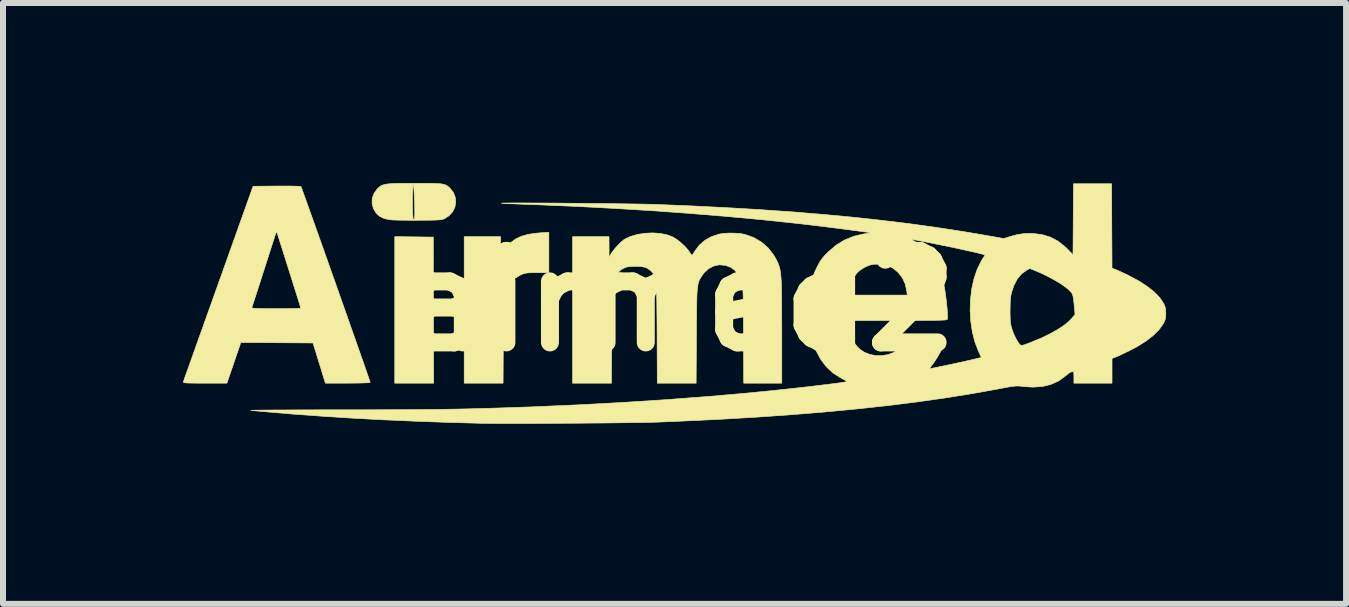
<source format=kicad_pcb>
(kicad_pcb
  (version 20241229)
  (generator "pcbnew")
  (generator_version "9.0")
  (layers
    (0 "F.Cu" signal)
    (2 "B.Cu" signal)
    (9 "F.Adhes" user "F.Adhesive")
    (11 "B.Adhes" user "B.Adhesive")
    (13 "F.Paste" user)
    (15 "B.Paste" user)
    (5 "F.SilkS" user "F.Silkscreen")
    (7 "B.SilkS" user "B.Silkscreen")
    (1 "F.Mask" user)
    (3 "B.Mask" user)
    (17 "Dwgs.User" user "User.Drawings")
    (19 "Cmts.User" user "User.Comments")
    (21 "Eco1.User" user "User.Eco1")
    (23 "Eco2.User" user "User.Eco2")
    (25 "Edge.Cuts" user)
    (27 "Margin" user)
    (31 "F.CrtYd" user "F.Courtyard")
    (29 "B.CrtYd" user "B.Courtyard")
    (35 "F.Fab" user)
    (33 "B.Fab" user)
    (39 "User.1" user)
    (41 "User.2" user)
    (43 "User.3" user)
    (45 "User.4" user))
  (footprint "airmed2"
    (layer "F.Cu")
    (at 8.255 1.966)
    (property "Reference" "airmed2" (at 0 0 0) (layer "F.SilkS") (effects (font (size 1.524 1.524) (thickness 0.3))))
    (attr through_hole)
    (fp_poly (pts (xy -4.406 -1.069) (xy -4.085 -1.065) (xy -4.082 0.152) (xy -4.078 1.369) (xy -4.727 1.369) (xy -4.727 -1.073) (xy -4.406 -1.069)) (stroke (width 0.01) (type solid)) (fill yes) (layer "F.SilkS"))
    (fp_poly (pts (xy -2.159 -0.809) (xy -2.159 -0.473) (xy -2.353 -0.472) (xy -2.432 -0.472) (xy -2.49 -0.47) (xy -2.532 -0.466) (xy -2.566 -0.459) (xy -2.599 -0.448) (xy -2.635 -0.432) (xy -2.732 -0.373) (xy -2.812 -0.293) (xy -2.871 -0.197) (xy -2.88 -0.176) (xy -2.914 -0.092) (xy -2.918 0.639) (xy -2.922 1.369) (xy -3.57 1.369) (xy -3.57 -1.072) (xy -2.963 -1.072) (xy -2.963 -0.801) (xy -2.873 -0.899) (xy -2.792 -0.976) (xy -2.708 -1.036) (xy -2.615 -1.08) (xy -2.508 -1.11) (xy -2.382 -1.129) (xy -2.304 -1.136) (xy -2.159 -1.145) (xy -2.159 -0.809)) (stroke (width 0.01) (type solid)) (fill yes) (layer "F.SilkS"))
    (fp_poly (pts (xy -4.258 -1.961) (xy -4.152 -1.961) (xy -4.068 -1.959) (xy -4.001 -1.956) (xy -3.951 -1.952) (xy -3.912 -1.945) (xy -3.882 -1.935) (xy -3.857 -1.922) (xy -3.834 -1.905) (xy -3.811 -1.884) (xy -3.805 -1.879) (xy -3.749 -1.808) (xy -3.718 -1.726) (xy -3.711 -1.658) (xy -3.724 -1.566) (xy -3.763 -1.486) (xy -3.826 -1.419) (xy -3.895 -1.374) (xy -3.912 -1.366) (xy -3.932 -1.36) (xy -3.96 -1.355) (xy -3.998 -1.352) (xy -4.05 -1.349) (xy -4.12 -1.347) (xy -4.211 -1.346) (xy -4.326 -1.346) (xy -4.332 -1.345) (xy -4.439 -1.345) (xy -4.541 -1.346) (xy -4.633 -1.347) (xy -4.712 -1.349) (xy -4.771 -1.351) (xy -4.805 -1.354) (xy -4.904 -1.375) (xy -4.981 -1.413) (xy -5.036 -1.463) (xy -5.083 -1.541) (xy -5.105 -1.625) (xy -5.104 -1.651) (xy -4.431 -1.651) (xy -4.43 -1.54) (xy -4.428 -1.456) (xy -4.424 -1.398) (xy -4.419 -1.364) (xy -4.412 -1.354) (xy -4.402 -1.365) (xy -4.398 -1.375) (xy -4.395 -1.396) (xy -4.394 -1.439) (xy -4.394 -1.498) (xy -4.396 -1.568) (xy -4.398 -1.645) (xy -4.401 -1.722) (xy -4.404 -1.796) (xy -4.408 -1.86) (xy -4.412 -1.91) (xy -4.416 -1.94) (xy -4.419 -1.947) (xy -4.423 -1.934) (xy -4.426 -1.896) (xy -4.428 -1.839) (xy -4.43 -1.766) (xy -4.431 -1.68) (xy -4.431 -1.651) (xy -5.104 -1.651) (xy -5.102 -1.711) (xy -5.073 -1.793) (xy -5.02 -1.867) (xy -5.017 -1.87) (xy -4.992 -1.893) (xy -4.968 -1.913) (xy -4.941 -1.928) (xy -4.908 -1.939) (xy -4.866 -1.948) (xy -4.812 -1.954) (xy -4.743 -1.958) (xy -4.655 -1.96) (xy -4.546 -1.961) (xy -4.413 -1.961) (xy -4.39 -1.961) (xy -4.258 -1.961)) (stroke (width 0.01) (type solid)) (fill yes) (layer "F.SilkS"))
    (fp_poly (pts (xy -0.303 -1.126) (xy -0.187 -1.103) (xy -0.099 -1.07) (xy -0.034 -1.031) (xy 0.037 -0.976) (xy 0.105 -0.913) (xy 0.162 -0.849) (xy 0.192 -0.806) (xy 0.211 -0.777) (xy 0.224 -0.763) (xy 0.225 -0.762) (xy 0.236 -0.774) (xy 0.256 -0.803) (xy 0.275 -0.834) (xy 0.348 -0.931) (xy 0.442 -1.012) (xy 0.554 -1.074) (xy 0.677 -1.115) (xy 0.756 -1.127) (xy 0.851 -1.132) (xy 0.951 -1.13) (xy 1.045 -1.122) (xy 1.115 -1.108) (xy 1.255 -1.057) (xy 1.382 -0.983) (xy 1.492 -0.888) (xy 1.582 -0.774) (xy 1.621 -0.708) (xy 1.64 -0.67) (xy 1.657 -0.635) (xy 1.671 -0.6) (xy 1.683 -0.563) (xy 1.693 -0.522) (xy 1.701 -0.474) (xy 1.707 -0.418) (xy 1.712 -0.35) (xy 1.716 -0.269) (xy 1.718 -0.171) (xy 1.72 -0.056) (xy 1.721 0.08) (xy 1.721 0.239) (xy 1.722 0.422) (xy 1.722 0.493) (xy 1.722 1.369) (xy 1.088 1.369) (xy 1.084 0.554) (xy 1.083 0.382) (xy 1.082 0.235) (xy 1.081 0.113) (xy 1.08 0.011) (xy 1.079 -0.072) (xy 1.077 -0.138) (xy 1.075 -0.19) (xy 1.072 -0.231) (xy 1.069 -0.262) (xy 1.065 -0.286) (xy 1.06 -0.305) (xy 1.055 -0.322) (xy 1.048 -0.339) (xy 1.048 -0.339) (xy 0.999 -0.438) (xy 0.94 -0.512) (xy 0.869 -0.563) (xy 0.784 -0.594) (xy 0.781 -0.594) (xy 0.683 -0.603) (xy 0.59 -0.584) (xy 0.504 -0.54) (xy 0.43 -0.473) (xy 0.397 -0.429) (xy 0.378 -0.4) (xy 0.362 -0.374) (xy 0.348 -0.348) (xy 0.337 -0.32) (xy 0.328 -0.286) (xy 0.321 -0.246) (xy 0.315 -0.196) (xy 0.31 -0.134) (xy 0.307 -0.058) (xy 0.305 0.035) (xy 0.303 0.147) (xy 0.302 0.281) (xy 0.3 0.438) (xy 0.3 0.575) (xy 0.295 1.369) (xy -0.352 1.369) (xy -0.356 0.519) (xy -0.357 0.331) (xy -0.359 0.17) (xy -0.36 0.034) (xy -0.362 -0.08) (xy -0.364 -0.173) (xy -0.366 -0.247) (xy -0.369 -0.304) (xy -0.372 -0.345) (xy -0.376 -0.373) (xy -0.38 -0.388) (xy -0.411 -0.448) (xy -0.46 -0.504) (xy -0.518 -0.546) (xy -0.558 -0.563) (xy -0.615 -0.573) (xy -0.687 -0.578) (xy -0.764 -0.577) (xy -0.833 -0.571) (xy -0.877 -0.562) (xy -0.952 -0.526) (xy -1.016 -0.467) (xy -1.066 -0.391) (xy -1.075 -0.37) (xy -1.108 -0.289) (xy -1.116 1.369) (xy -1.764 1.369) (xy -1.764 -1.072) (xy -1.157 -1.072) (xy -1.156 -0.9) (xy -1.156 -0.727) (xy -1.128 -0.779) (xy -1.099 -0.823) (xy -1.055 -0.878) (xy -1.004 -0.934) (xy -0.953 -0.985) (xy -0.908 -1.022) (xy -0.896 -1.03) (xy -0.8 -1.076) (xy -0.685 -1.109) (xy -0.559 -1.129) (xy -0.429 -1.135) (xy -0.303 -1.126)) (stroke (width 0.01) (type solid)) (fill yes) (layer "F.SilkS"))
    (fp_poly (pts (xy -6.499 -1.916) (xy -6.418 -1.915) (xy -6.354 -1.913) (xy -6.311 -1.911) (xy -6.291 -1.908) (xy -6.291 -1.908) (xy -6.285 -1.894) (xy -6.27 -1.855) (xy -6.248 -1.793) (xy -6.218 -1.711) (xy -6.182 -1.61) (xy -6.14 -1.492) (xy -6.092 -1.359) (xy -6.041 -1.214) (xy -5.985 -1.057) (xy -5.926 -0.892) (xy -5.865 -0.72) (xy -5.803 -0.543) (xy -5.739 -0.364) (xy -5.675 -0.183) (xy -5.612 -0.003) (xy -5.549 0.174) (xy -5.489 0.346) (xy -5.431 0.511) (xy -5.376 0.667) (xy -5.325 0.812) (xy -5.279 0.944) (xy -5.237 1.062) (xy -5.202 1.162) (xy -5.174 1.244) (xy -5.153 1.305) (xy -5.14 1.344) (xy -5.136 1.357) (xy -5.15 1.36) (xy -5.188 1.363) (xy -5.247 1.365) (xy -5.323 1.367) (xy -5.413 1.368) (xy -5.51 1.369) (xy -5.883 1.369) (xy -5.934 1.203) (xy -5.96 1.117) (xy -5.991 1.018) (xy -6.021 0.922) (xy -6.037 0.868) (xy -6.09 0.699) (xy -6.692 0.695) (xy -7.293 0.691) (xy -7.31 0.744) (xy -7.32 0.773) (xy -7.337 0.824) (xy -7.361 0.892) (xy -7.388 0.972) (xy -7.418 1.059) (xy -7.426 1.083) (xy -7.524 1.369) (xy -7.891 1.369) (xy -8.002 1.369) (xy -8.088 1.368) (xy -8.152 1.367) (xy -8.197 1.365) (xy -8.226 1.363) (xy -8.242 1.359) (xy -8.249 1.353) (xy -8.25 1.346) (xy -8.249 1.343) (xy -8.243 1.327) (xy -8.229 1.286) (xy -8.206 1.221) (xy -8.175 1.135) (xy -8.137 1.029) (xy -8.093 0.905) (xy -8.043 0.764) (xy -7.987 0.607) (xy -7.926 0.438) (xy -7.862 0.256) (xy -7.809 0.109) (xy -7.108 0.109) (xy -7.105 0.115) (xy -7.088 0.119) (xy -7.055 0.122) (xy -7.003 0.124) (xy -6.932 0.126) (xy -6.837 0.127) (xy -6.716 0.127) (xy -6.704 0.127) (xy -6.6 0.127) (xy -6.505 0.126) (xy -6.424 0.125) (xy -6.359 0.123) (xy -6.315 0.122) (xy -6.295 0.12) (xy -6.294 0.119) (xy -6.298 0.104) (xy -6.309 0.065) (xy -6.327 0.006) (xy -6.351 -0.07) (xy -6.379 -0.16) (xy -6.411 -0.26) (xy -6.445 -0.369) (xy -6.48 -0.481) (xy -6.516 -0.594) (xy -6.551 -0.706) (xy -6.585 -0.812) (xy -6.615 -0.909) (xy -6.643 -0.994) (xy -6.665 -1.065) (xy -6.682 -1.117) (xy -6.692 -1.147) (xy -6.695 -1.154) (xy -6.702 -1.145) (xy -6.713 -1.116) (xy -6.722 -1.091) (xy -6.731 -1.063) (xy -6.747 -1.011) (xy -6.771 -0.939) (xy -6.799 -0.85) (xy -6.832 -0.747) (xy -6.869 -0.634) (xy -6.907 -0.513) (xy -6.923 -0.466) (xy -6.961 -0.345) (xy -6.997 -0.233) (xy -7.03 -0.132) (xy -7.058 -0.045) (xy -7.081 0.026) (xy -7.098 0.077) (xy -7.107 0.105) (xy -7.108 0.109) (xy -7.809 0.109) (xy -7.793 0.065) (xy -7.722 -0.135) (xy -7.664 -0.297) (xy -7.088 -1.912) (xy -6.695 -1.916) (xy -6.592 -1.916) (xy -6.499 -1.916)) (stroke (width 0.01) (type solid)) (fill yes) (layer "F.SilkS"))
    (fp_poly (pts (xy 7.221 -1.251) (xy 7.225 -0.548) (xy 7.285 -0.525) (xy 7.322 -0.509) (xy 7.376 -0.485) (xy 7.44 -0.455) (xy 7.5 -0.426) (xy 7.667 -0.337) (xy 7.81 -0.245) (xy 7.928 -0.152) (xy 8.02 -0.057) (xy 8.079 0.03) (xy 8.103 0.079) (xy 8.116 0.123) (xy 8.12 0.175) (xy 8.121 0.205) (xy 8.119 0.265) (xy 8.11 0.311) (xy 8.091 0.356) (xy 8.079 0.379) (xy 8.012 0.474) (xy 7.918 0.569) (xy 7.798 0.663) (xy 7.653 0.755) (xy 7.5 0.835) (xy 7.433 0.867) (xy 7.37 0.897) (xy 7.317 0.921) (xy 7.285 0.934) (xy 7.225 0.957) (xy 7.225 1.369) (xy 6.59 1.369) (xy 6.59 1.268) (xy 6.589 1.216) (xy 6.586 1.187) (xy 6.579 1.176) (xy 6.568 1.177) (xy 6.541 1.184) (xy 6.533 1.185) (xy 6.517 1.194) (xy 6.486 1.217) (xy 6.449 1.249) (xy 6.335 1.332) (xy 6.206 1.39) (xy 6.062 1.425) (xy 5.905 1.435) (xy 5.762 1.426) (xy 5.713 1.42) (xy 5.672 1.416) (xy 5.634 1.416) (xy 5.594 1.419) (xy 5.544 1.425) (xy 5.481 1.436) (xy 5.397 1.452) (xy 5.355 1.46) (xy 4.919 1.539) (xy 4.464 1.612) (xy 3.989 1.68) (xy 3.494 1.742) (xy 2.978 1.798) (xy 2.438 1.849) (xy 1.876 1.895) (xy 1.289 1.936) (xy 0.676 1.972) (xy 0.038 2.002) (xy -0.367 2.019) (xy -0.438 2.021) (xy -0.534 2.023) (xy -0.653 2.025) (xy -0.791 2.027) (xy -0.946 2.029) (xy -1.115 2.031) (xy -1.294 2.033) (xy -1.482 2.034) (xy -1.675 2.036) (xy -1.87 2.037) (xy -2.064 2.038) (xy -2.255 2.039) (xy -2.439 2.04) (xy -2.614 2.04) (xy -2.777 2.041) (xy -2.925 2.04) (xy -3.054 2.04) (xy -3.163 2.039) (xy -3.248 2.038) (xy -3.281 2.038) (xy -3.853 2.022) (xy -4.401 2.002) (xy -4.929 1.979) (xy -5.443 1.951) (xy -5.945 1.919) (xy -6.44 1.883) (xy -6.932 1.841) (xy -7.126 1.823) (xy -7.126 1.822) (xy -7.1 1.821) (xy -7.048 1.819) (xy -6.973 1.818) (xy -6.876 1.817) (xy -6.759 1.816) (xy -6.623 1.816) (xy -6.471 1.815) (xy -6.303 1.814) (xy -6.121 1.814) (xy -5.927 1.813) (xy -5.723 1.813) (xy -5.595 1.813) (xy -5.29 1.813) (xy -5.009 1.812) (xy -4.751 1.811) (xy -4.513 1.81) (xy -4.29 1.809) (xy -4.081 1.807) (xy -3.883 1.804) (xy -3.692 1.801) (xy -3.505 1.797) (xy -3.32 1.792) (xy -3.134 1.787) (xy -2.943 1.781) (xy -2.745 1.774) (xy -2.536 1.767) (xy -2.448 1.764) (xy -1.674 1.73) (xy -0.924 1.69) (xy -0.196 1.643) (xy 0.513 1.589) (xy 1.023 1.545) (xy 1.178 1.531) (xy 1.338 1.515) (xy 1.501 1.499) (xy 1.664 1.482) (xy 1.826 1.465) (xy 1.983 1.448) (xy 2.134 1.431) (xy 2.275 1.415) (xy 2.405 1.399) (xy 2.521 1.385) (xy 2.621 1.372) (xy 2.702 1.361) (xy 2.762 1.352) (xy 2.798 1.345) (xy 2.808 1.341) (xy 2.796 1.332) (xy 2.765 1.313) (xy 2.72 1.289) (xy 2.7 1.278) (xy 2.574 1.198) (xy 2.464 1.095) (xy 2.37 0.971) (xy 2.293 0.827) (xy 2.232 0.665) (xy 2.19 0.485) (xy 2.171 0.325) (xy 2.806 0.325) (xy 2.816 0.392) (xy 2.848 0.53) (xy 2.9 0.651) (xy 2.972 0.753) (xy 3.017 0.799) (xy 3.098 0.854) (xy 3.19 0.89) (xy 3.288 0.909) (xy 3.389 0.91) (xy 3.487 0.894) (xy 3.578 0.862) (xy 3.658 0.815) (xy 3.721 0.754) (xy 3.76 0.688) (xy 3.782 0.635) (xy 4.448 0.635) (xy 4.439 0.674) (xy 4.421 0.726) (xy 4.392 0.793) (xy 4.354 0.868) (xy 4.311 0.942) (xy 4.269 1.008) (xy 4.25 1.034) (xy 4.218 1.077) (xy 4.195 1.11) (xy 4.184 1.127) (xy 4.184 1.129) (xy 4.199 1.126) (xy 4.238 1.119) (xy 4.295 1.107) (xy 4.367 1.092) (xy 4.449 1.075) (xy 4.455 1.074) (xy 4.553 1.053) (xy 4.654 1.031) (xy 4.752 1.01) (xy 4.836 0.991) (xy 4.884 0.98) (xy 5.048 0.941) (xy 5 0.838) (xy 4.94 0.682) (xy 4.897 0.513) (xy 4.871 0.335) (xy 4.861 0.156) (xy 5.526 0.156) (xy 5.526 0.162) (xy 5.527 0.248) (xy 5.529 0.312) (xy 5.533 0.363) (xy 5.541 0.406) (xy 5.552 0.448) (xy 5.564 0.487) (xy 5.589 0.552) (xy 5.62 0.618) (xy 5.65 0.671) (xy 5.652 0.674) (xy 5.673 0.706) (xy 5.689 0.726) (xy 5.707 0.737) (xy 5.73 0.738) (xy 5.765 0.729) (xy 5.816 0.711) (xy 5.888 0.683) (xy 5.891 0.681) (xy 6.044 0.618) (xy 6.185 0.55) (xy 6.311 0.48) (xy 6.419 0.41) (xy 6.505 0.341) (xy 6.563 0.28) (xy 6.609 0.223) (xy 6.594 0.06) (xy 6.585 -0.02) (xy 6.576 -0.076) (xy 6.564 -0.115) (xy 6.551 -0.139) (xy 6.506 -0.187) (xy 6.438 -0.241) (xy 6.353 -0.299) (xy 6.252 -0.358) (xy 6.142 -0.417) (xy 6.026 -0.472) (xy 5.937 -0.509) (xy 5.855 -0.542) (xy 5.803 -0.514) (xy 5.718 -0.453) (xy 5.647 -0.368) (xy 5.589 -0.258) (xy 5.55 -0.141) (xy 5.539 -0.088) (xy 5.532 -0.024) (xy 5.528 0.055) (xy 5.526 0.156) (xy 4.861 0.156) (xy 4.861 0.153) (xy 4.867 -0.029) (xy 4.888 -0.206) (xy 4.926 -0.375) (xy 4.979 -0.53) (xy 5.047 -0.668) (xy 5.083 -0.724) (xy 5.101 -0.752) (xy 5.107 -0.767) (xy 5.106 -0.768) (xy 5.089 -0.774) (xy 5.048 -0.785) (xy 4.987 -0.801) (xy 4.909 -0.819) (xy 4.818 -0.839) (xy 4.718 -0.861) (xy 4.613 -0.884) (xy 4.506 -0.907) (xy 4.402 -0.928) (xy 4.311 -0.946) (xy 4.187 -0.971) (xy 4.089 -0.99) (xy 4.013 -1.005) (xy 3.959 -1.015) (xy 3.922 -1.021) (xy 3.902 -1.023) (xy 3.895 -1.021) (xy 3.899 -1.016) (xy 3.912 -1.008) (xy 3.932 -0.997) (xy 3.945 -0.989) (xy 4.065 -0.904) (xy 4.172 -0.795) (xy 4.264 -0.665) (xy 4.341 -0.516) (xy 4.401 -0.349) (xy 4.429 -0.24) (xy 4.44 -0.18) (xy 4.451 -0.107) (xy 4.461 -0.027) (xy 4.47 0.055) (xy 4.478 0.134) (xy 4.483 0.205) (xy 4.485 0.26) (xy 4.484 0.296) (xy 4.482 0.304) (xy 4.478 0.308) (xy 4.466 0.312) (xy 4.446 0.315) (xy 4.414 0.318) (xy 4.37 0.32) (xy 4.311 0.321) (xy 4.234 0.323) (xy 4.138 0.323) (xy 4.021 0.324) (xy 3.881 0.324) (xy 3.716 0.325) (xy 3.64 0.325) (xy 2.806 0.325) (xy 2.171 0.325) (xy 2.167 0.29) (xy 2.162 0.08) (xy 2.163 0.028) (xy 2.173 -0.099) (xy 2.832 -0.099) (xy 3.814 -0.099) (xy 3.804 -0.171) (xy 3.778 -0.287) (xy 3.731 -0.387) (xy 3.662 -0.475) (xy 3.656 -0.481) (xy 3.582 -0.543) (xy 3.505 -0.584) (xy 3.417 -0.607) (xy 3.316 -0.614) (xy 3.253 -0.612) (xy 3.205 -0.604) (xy 3.157 -0.587) (xy 3.116 -0.568) (xy 3.061 -0.537) (xy 3.011 -0.501) (xy 2.977 -0.47) (xy 2.93 -0.405) (xy 2.889 -0.326) (xy 2.857 -0.243) (xy 2.841 -0.171) (xy 2.832 -0.099) (xy 2.173 -0.099) (xy 2.174 -0.118) (xy 2.194 -0.245) (xy 2.225 -0.363) (xy 2.27 -0.48) (xy 2.302 -0.55) (xy 2.338 -0.62) (xy 2.371 -0.675) (xy 2.407 -0.723) (xy 2.453 -0.775) (xy 2.496 -0.818) (xy 2.625 -0.929) (xy 2.765 -1.015) (xy 2.919 -1.078) (xy 3.088 -1.118) (xy 3.128 -1.123) (xy 3.168 -1.13) (xy 3.189 -1.135) (xy 3.189 -1.138) (xy 3.152 -1.145) (xy 3.091 -1.154) (xy 3.009 -1.165) (xy 2.91 -1.178) (xy 2.797 -1.193) (xy 2.674 -1.209) (xy 2.544 -1.225) (xy 2.411 -1.242) (xy 2.279 -1.258) (xy 2.151 -1.273) (xy 2.03 -1.287) (xy 1.94 -1.297) (xy 1.381 -1.356) (xy 0.798 -1.41) (xy 0.196 -1.459) (xy -0.421 -1.504) (xy -1.049 -1.542) (xy -1.684 -1.576) (xy -2.321 -1.603) (xy -2.491 -1.609) (xy -2.6 -1.613) (xy -2.7 -1.617) (xy -2.788 -1.621) (xy -2.861 -1.624) (xy -2.914 -1.627) (xy -2.944 -1.629) (xy -2.949 -1.63) (xy -2.941 -1.632) (xy -2.908 -1.633) (xy -2.85 -1.633) (xy -2.772 -1.634) (xy -2.674 -1.634) (xy -2.56 -1.634) (xy -2.431 -1.633) (xy -2.291 -1.633) (xy -2.141 -1.632) (xy -1.984 -1.631) (xy -1.821 -1.629) (xy -1.656 -1.628) (xy -1.491 -1.626) (xy -1.327 -1.625) (xy -1.168 -1.623) (xy -1.015 -1.621) (xy -0.871 -1.619) (xy -0.739 -1.617) (xy -0.62 -1.615) (xy -0.517 -1.613) (xy -0.432 -1.611) (xy -0.368 -1.609) (xy -0.367 -1.609) (xy 0.238 -1.584) (xy 0.816 -1.555) (xy 1.371 -1.522) (xy 1.903 -1.485) (xy 2.415 -1.443) (xy 2.908 -1.397) (xy 3.384 -1.345) (xy 3.845 -1.289) (xy 4.294 -1.227) (xy 4.731 -1.16) (xy 5.093 -1.099) (xy 5.423 -1.041) (xy 5.516 -1.071) (xy 5.639 -1.105) (xy 5.752 -1.123) (xy 5.868 -1.127) (xy 5.913 -1.125) (xy 6.062 -1.106) (xy 6.197 -1.065) (xy 6.321 -1) (xy 6.437 -0.909) (xy 6.484 -0.865) (xy 6.575 -0.771) (xy 6.579 -1.363) (xy 6.583 -1.954) (xy 7.218 -1.954) (xy 7.221 -1.251)) (stroke (width 0.01) (type solid)) (fill yes) (layer "F.SilkS")))
  (gr_rect
    (start -3 -3)
    (end 19.38 7.012)
    (stroke (width 0.1) (type default))
    (fill no)
    (layer "Edge.Cuts")))
</source>
